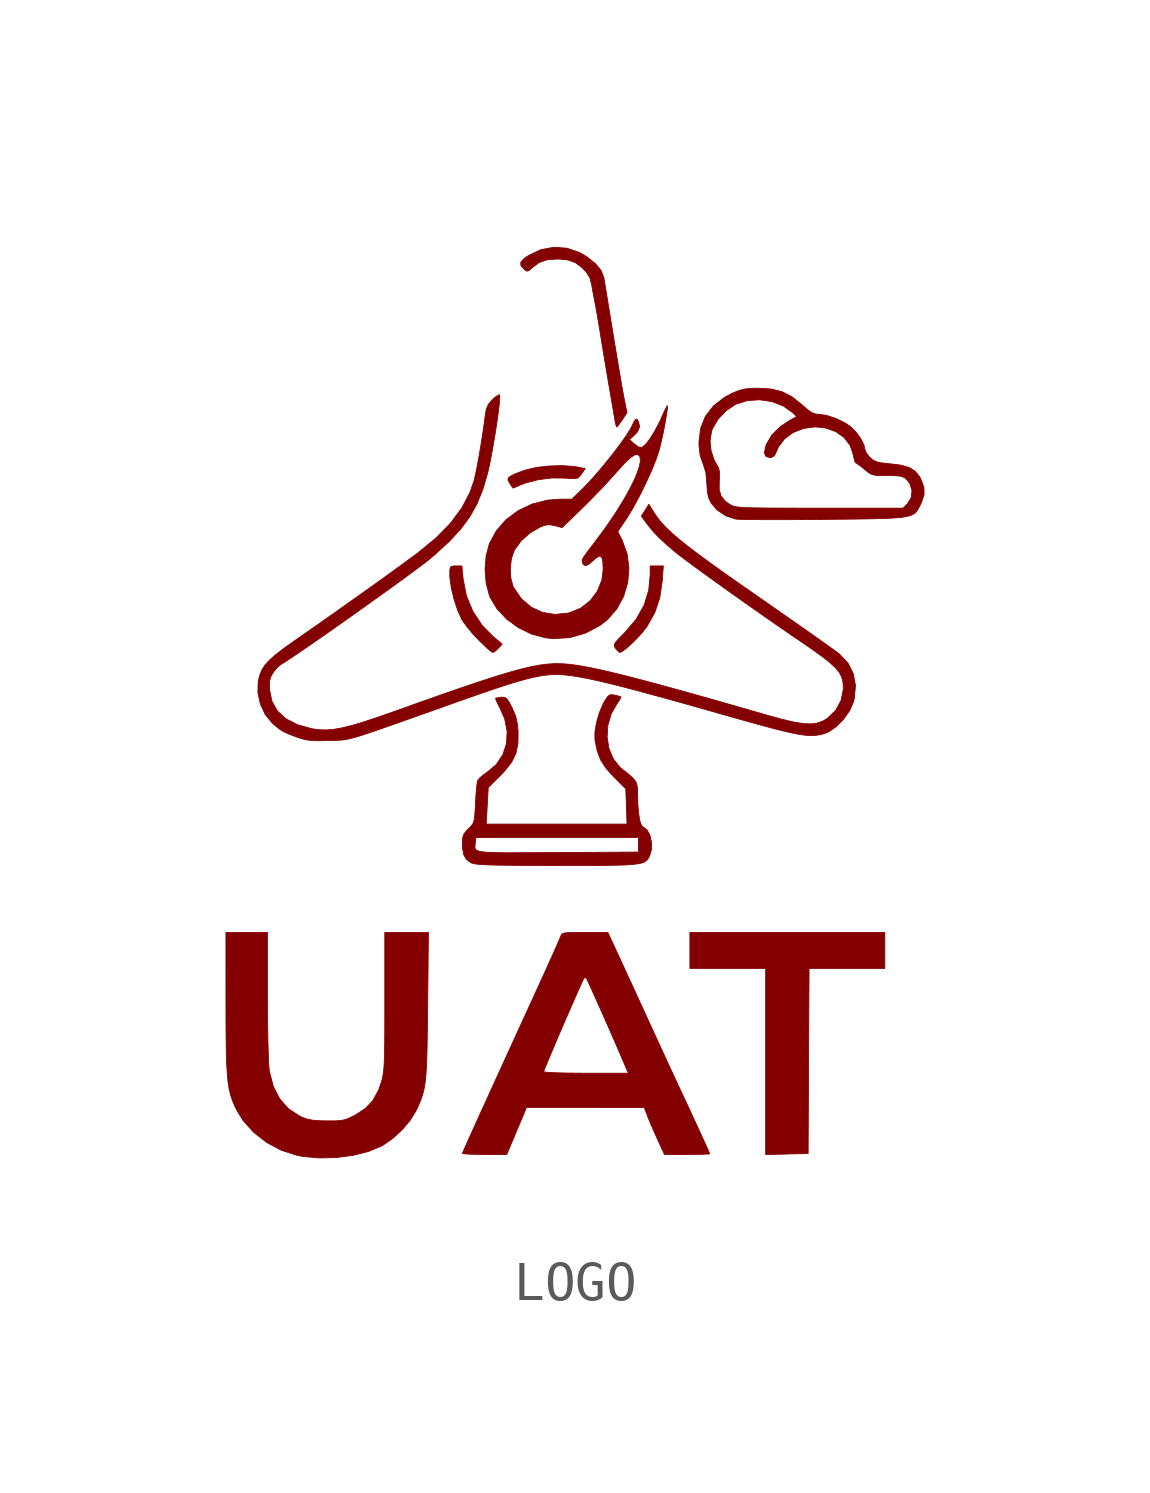
<source format=kicad_sym>
(kicad_symbol_lib
  (version 20220914)
  (generator "bitmap2component")
  (generator_version "9.0")
  (symbol "LOGO"
    (pin_names
      (offset 1.016))
    (property "Reference" "#G"
      (at 0 14.559 0)
      (effects (font (size 1.27 1.27)) hide))
    (symbol "LOGO_0_0"
      (polyline (pts (xy -5.82 -11.765) (xy -5.389 -11.709) (xy -4.99 -11.608) (xy -4.649 -11.466) (xy -4.613 -11.445) (xy -4.365 -11.272) (xy -4.125 -11.05) (xy -3.919 -10.806) (xy -3.773 -10.568) (xy -3.752 -10.524) (xy -3.69 -10.388) (xy -3.639 -10.262) (xy -3.598 -10.135) (xy -3.565 -9.998) (xy -3.539 -9.841) (xy -3.519 -9.652) (xy -3.505 -9.422) (xy -3.494 -9.14) (xy -3.487 -8.797) (xy -3.481 -8.383) (xy -3.475 -7.886) (xy -3.456 -6.004) (xy -4.014 -6.004) (xy -4.572 -6.004) (xy -4.572 -7.777) (xy -4.572 -8.156) (xy -4.573 -8.545) (xy -4.575 -8.859) (xy -4.579 -9.11) (xy -4.585 -9.308) (xy -4.594 -9.462) (xy -4.606 -9.583) (xy -4.621 -9.681) (xy -4.64 -9.765) (xy -4.664 -9.847) (xy -4.736 -10.049) (xy -4.876 -10.303) (xy -5.063 -10.503) (xy -5.315 -10.669) (xy -5.454 -10.741) (xy -5.571 -10.789) (xy -5.69 -10.815) (xy -5.839 -10.825) (xy -6.05 -10.826) (xy -6.206 -10.823) (xy -6.408 -10.809) (xy -6.564 -10.778) (xy -6.701 -10.727) (xy -6.733 -10.713) (xy -7.028 -10.522) (xy -7.258 -10.265) (xy -7.424 -9.943) (xy -7.525 -9.556) (xy -7.533 -9.482) (xy -7.544 -9.308) (xy -7.554 -9.063) (xy -7.562 -8.76) (xy -7.568 -8.412) (xy -7.572 -8.031) (xy -7.574 -7.631) (xy -7.574 -6.004) (xy -8.105 -6.004) (xy -8.636 -6.004) (xy -8.635 -7.816) (xy -8.635 -8.224) (xy -8.632 -8.675) (xy -8.627 -9.051) (xy -8.617 -9.362) (xy -8.602 -9.619) (xy -8.582 -9.831) (xy -8.554 -10.008) (xy -8.518 -10.16) (xy -8.473 -10.297) (xy -8.418 -10.429) (xy -8.351 -10.566) (xy -8.196 -10.818) (xy -7.923 -11.122) (xy -7.591 -11.38) (xy -7.215 -11.579) (xy -6.812 -11.709) (xy -6.68 -11.734) (xy -6.259 -11.774) (xy -5.82 -11.765)) (stroke (width 0.01) (type default)) (fill (type outline)))
      (polyline (pts (xy -1.199 -11.084) (xy -0.947 -10.484) (xy 0.559 -10.484) (xy 2.066 -10.483) (xy 2.149 -10.703) (xy 2.162 -10.736) (xy 2.229 -10.899) (xy 2.316 -11.1) (xy 2.407 -11.303) (xy 2.582 -11.684) (xy 3.161 -11.684) (xy 3.188 -11.684) (xy 3.404 -11.683) (xy 3.579 -11.679) (xy 3.697 -11.675) (xy 3.741 -11.669) (xy 3.729 -11.64) (xy 3.685 -11.539) (xy 3.612 -11.378) (xy 3.516 -11.168) (xy 3.404 -10.924) (xy 3.281 -10.658) (xy 3.154 -10.383) (xy 3.028 -10.113) (xy 2.909 -9.86) (xy 2.855 -9.743) (xy 2.757 -9.532) (xy 2.634 -9.266) (xy 2.495 -8.963) (xy 2.346 -8.64) (xy 2.196 -8.313) (xy 2.093 -8.086) (xy 1.933 -7.739) (xy 1.776 -7.395) (xy 1.629 -7.077) (xy 1.503 -6.803) (xy 1.406 -6.592) (xy 1.133 -6.004) (xy 0.547 -6.004) (xy 0.328 -6.004) (xy 0.154 -6.008) (xy 0.043 -6.017) (xy -0.021 -6.034) (xy -0.054 -6.062) (xy -0.072 -6.104) (xy -0.072 -6.105) (xy -0.101 -6.176) (xy -0.163 -6.318) (xy -0.252 -6.52) (xy -0.364 -6.769) (xy -0.493 -7.054) (xy -0.634 -7.362) (xy -0.86 -7.857) (xy -1.181 -8.558) (xy -1.465 -9.179) (xy -1.642 -9.568) (xy -0.508 -9.568) (xy -0.5 -9.541) (xy -0.46 -9.439) (xy -0.392 -9.276) (xy -0.303 -9.064) (xy -0.198 -8.816) (xy -0.083 -8.547) (xy 0.037 -8.269) (xy 0.156 -7.996) (xy 0.268 -7.741) (xy 0.366 -7.517) (xy 0.446 -7.339) (xy 0.502 -7.218) (xy 0.527 -7.169) (xy 0.53 -7.167) (xy 0.58 -7.168) (xy 0.593 -7.191) (xy 0.639 -7.288) (xy 0.712 -7.448) (xy 0.807 -7.66) (xy 0.919 -7.91) (xy 1.042 -8.185) (xy 1.169 -8.474) (xy 1.296 -8.764) (xy 1.416 -9.041) (xy 1.525 -9.294) (xy 1.658 -9.606) (xy 0.575 -9.606) (xy 0.381 -9.605) (xy 0.095 -9.602) (xy -0.15 -9.596) (xy -0.34 -9.588) (xy -0.464 -9.578) (xy -0.508 -9.568) (xy -1.642 -9.568) (xy -1.714 -9.724) (xy -1.928 -10.195) (xy -2.111 -10.595) (xy -2.261 -10.927) (xy -2.381 -11.193) (xy -2.473 -11.397) (xy -2.537 -11.54) (xy -2.574 -11.627) (xy -2.586 -11.659) (xy -2.586 -11.66) (xy -2.537 -11.669) (xy -2.414 -11.677) (xy -2.235 -11.682) (xy -2.018 -11.684) (xy -1.451 -11.684) (xy -1.199 -11.084)) (stroke (width 0.01) (type default)) (fill (type outline)))
      (polyline (pts (xy 5.715 -11.674) (xy 6.258 -11.661) (xy 6.269 -9.294) (xy 6.282 -6.927) (xy 7.251 -6.927) (xy 8.22 -6.927) (xy 8.22 -6.465) (xy 8.22 -6.004) (xy 5.726 -6.004) (xy 3.233 -6.004) (xy 3.233 -6.465) (xy 3.233 -6.927) (xy 4.202 -6.927) (xy 5.172 -6.927) (xy 5.172 -9.307) (xy 5.172 -11.687) (xy 5.715 -11.674)) (stroke (width 0.01) (type default)) (fill (type outline)))
      (polyline (pts (xy 0.734 -4.293) (xy 1.094 -4.29) (xy 1.384 -4.285) (xy 1.614 -4.277) (xy 1.791 -4.264) (xy 1.923 -4.247) (xy 2.019 -4.224) (xy 2.086 -4.194) (xy 2.133 -4.157) (xy 2.167 -4.112) (xy 2.197 -4.057) (xy 2.199 -4.054) (xy 2.25 -3.884) (xy 2.252 -3.697) (xy 2.212 -3.52) (xy 2.136 -3.379) (xy 2.029 -3.301) (xy 1.996 -3.271) (xy 1.954 -3.155) (xy 1.922 -2.966) (xy 1.901 -2.714) (xy 1.894 -2.411) (xy 1.894 -2.389) (xy 1.886 -2.263) (xy 1.857 -2.164) (xy 1.792 -2.072) (xy 1.679 -1.968) (xy 1.504 -1.83) (xy 1.442 -1.778) (xy 1.272 -1.562) (xy 1.162 -1.299) (xy 1.116 -1.008) (xy 1.135 -0.707) (xy 1.22 -0.414) (xy 1.372 -0.147) (xy 1.4 -0.109) (xy 1.456 -0.021) (xy 1.471 0.021) (xy 1.47 0.021) (xy 1.414 0.041) (xy 1.308 0.067) (xy 1.251 0.077) (xy 1.179 0.07) (xy 1.119 0.016) (xy 1.044 -0.102) (xy 1.015 -0.155) (xy 0.916 -0.387) (xy 0.843 -0.64) (xy 0.803 -0.883) (xy 0.805 -1.081) (xy 0.861 -1.357) (xy 0.95 -1.593) (xy 1.087 -1.805) (xy 1.288 -2.027) (xy 1.593 -2.332) (xy 1.609 -2.782) (xy 1.625 -3.233) (xy -0.176 -3.233) (xy -1.977 -3.233) (xy -1.951 -2.764) (xy -1.925 -2.296) (xy -1.616 -1.991) (xy -1.506 -1.877) (xy -1.327 -1.649) (xy -1.217 -1.421) (xy -1.165 -1.167) (xy -1.162 -0.862) (xy -1.177 -0.686) (xy -1.225 -0.47) (xy -1.317 -0.254) (xy -1.392 -0.11) (xy -1.453 -0.025) (xy -1.512 0.01) (xy -1.587 0.014) (xy -1.684 0.002) (xy -1.737 -0.013) (xy -1.727 -0.056) (xy -1.682 -0.157) (xy -1.612 -0.294) (xy -1.504 -0.544) (xy -1.442 -0.863) (xy -1.459 -1.173) (xy -1.553 -1.459) (xy -1.721 -1.71) (xy -1.96 -1.912) (xy -2.034 -1.962) (xy -2.141 -2.05) (xy -2.196 -2.118) (xy -2.208 -2.17) (xy -2.224 -2.302) (xy -2.24 -2.486) (xy -2.252 -2.699) (xy -2.26 -2.86) (xy -2.272 -3.031) (xy -2.289 -3.145) (xy -2.317 -3.222) (xy -2.363 -3.284) (xy -2.431 -3.351) (xy -2.467 -3.386) (xy -2.545 -3.481) (xy -2.579 -3.584) (xy -2.586 -3.738) (xy -2.584 -3.823) (xy -2.267 -3.823) (xy -2.263 -3.772) (xy -2.255 -3.71) (xy -2.24 -3.579) (xy -0.162 -3.579) (xy 1.917 -3.579) (xy 1.917 -3.764) (xy 1.917 -3.949) (xy -0.151 -3.961) (xy -0.372 -3.962) (xy -0.836 -3.965) (xy -1.217 -3.966) (xy -1.526 -3.966) (xy -1.768 -3.962) (xy -1.952 -3.954) (xy -2.085 -3.941) (xy -2.175 -3.923) (xy -2.231 -3.897) (xy -2.259 -3.864) (xy -2.267 -3.823) (xy -2.584 -3.823) (xy -2.584 -3.836) (xy -2.555 -4.012) (xy -2.486 -4.134) (xy -2.366 -4.223) (xy -2.348 -4.231) (xy -2.295 -4.246) (xy -2.213 -4.259) (xy -2.095 -4.269) (xy -1.932 -4.277) (xy -1.718 -4.283) (xy -1.443 -4.287) (xy -1.099 -4.29) (xy -0.679 -4.292) (xy -0.175 -4.293) (xy 0.298 -4.293) (xy 0.734 -4.293)) (stroke (width 0.01) (type default)) (fill (type outline)))
      (polyline (pts (xy -6.004 -1.096) (xy -5.902 -1.093) (xy -5.809 -1.091) (xy -5.725 -1.088) (xy -5.644 -1.081) (xy -5.558 -1.068) (xy -5.459 -1.047) (xy -5.339 -1.016) (xy -5.193 -0.972) (xy -5.011 -0.913) (xy -4.786 -0.837) (xy -4.512 -0.741) (xy -4.18 -0.624) (xy -3.784 -0.483) (xy -3.315 -0.317) (xy -2.766 -0.121) (xy -2.613 -0.067) (xy -2.155 0.094) (xy -1.77 0.226) (xy -1.447 0.332) (xy -1.177 0.415) (xy -0.95 0.478) (xy -0.756 0.525) (xy -0.583 0.558) (xy -0.422 0.58) (xy -0.308 0.59) (xy -0.161 0.593) (xy 0.003 0.585) (xy 0.191 0.564) (xy 0.409 0.53) (xy 0.664 0.481) (xy 0.962 0.415) (xy 1.309 0.331) (xy 1.712 0.227) (xy 2.178 0.102) (xy 2.713 -0.044) (xy 3.324 -0.215) (xy 4.016 -0.412) (xy 4.076 -0.429) (xy 4.574 -0.57) (xy 4.992 -0.686) (xy 5.341 -0.78) (xy 5.628 -0.853) (xy 5.864 -0.907) (xy 6.055 -0.943) (xy 6.212 -0.963) (xy 6.343 -0.969) (xy 6.457 -0.963) (xy 6.563 -0.946) (xy 6.669 -0.919) (xy 6.784 -0.873) (xy 6.981 -0.738) (xy 7.165 -0.551) (xy 7.317 -0.335) (xy 7.415 -0.114) (xy 7.44 -0.013) (xy 7.469 0.314) (xy 7.413 0.618) (xy 7.274 0.89) (xy 7.055 1.12) (xy 7.051 1.123) (xy 6.967 1.186) (xy 6.816 1.294) (xy 6.607 1.443) (xy 6.347 1.627) (xy 6.045 1.839) (xy 5.709 2.074) (xy 5.348 2.326) (xy 4.969 2.59) (xy 4.633 2.824) (xy 4.176 3.144) (xy 3.787 3.422) (xy 3.458 3.663) (xy 3.184 3.871) (xy 2.957 4.052) (xy 2.772 4.211) (xy 2.622 4.353) (xy 2.502 4.482) (xy 2.404 4.605) (xy 2.322 4.726) (xy 2.184 4.949) (xy 2.088 4.796) (xy 1.991 4.643) (xy 2.111 4.481) (xy 2.171 4.402) (xy 2.297 4.248) (xy 2.438 4.101) (xy 2.612 3.939) (xy 2.84 3.743) (xy 2.924 3.675) (xy 3.099 3.542) (xy 3.333 3.368) (xy 3.615 3.162) (xy 3.936 2.931) (xy 4.285 2.682) (xy 4.652 2.421) (xy 5.027 2.158) (xy 5.399 1.898) (xy 5.759 1.65) (xy 6.096 1.42) (xy 6.352 1.244) (xy 6.617 1.054) (xy 6.817 0.896) (xy 6.963 0.761) (xy 7.061 0.638) (xy 7.12 0.519) (xy 7.15 0.394) (xy 7.158 0.255) (xy 7.157 0.208) (xy 7.099 -0.075) (xy 6.96 -0.327) (xy 6.75 -0.529) (xy 6.649 -0.591) (xy 6.508 -0.646) (xy 6.345 -0.67) (xy 6.147 -0.663) (xy 5.902 -0.625) (xy 5.597 -0.554) (xy 5.218 -0.45) (xy 4.878 -0.352) (xy 4.146 -0.141) (xy 3.493 0.044) (xy 2.914 0.206) (xy 2.403 0.346) (xy 1.955 0.465) (xy 1.564 0.566) (xy 1.223 0.65) (xy 0.927 0.718) (xy 0.67 0.772) (xy 0.446 0.813) (xy 0.25 0.842) (xy 0.138 0.856) (xy -0.033 0.869) (xy -0.206 0.872) (xy -0.389 0.862) (xy -0.588 0.838) (xy -0.81 0.797) (xy -1.063 0.738) (xy -1.353 0.66) (xy -1.688 0.559) (xy -2.074 0.435) (xy -2.518 0.286) (xy -3.028 0.11) (xy -3.61 -0.095) (xy -4.272 -0.332) (xy -4.31 -0.345) (xy -4.749 -0.499) (xy -5.114 -0.62) (xy -5.419 -0.711) (xy -5.673 -0.773) (xy -5.89 -0.811) (xy -6.08 -0.825) (xy -6.255 -0.819) (xy -6.427 -0.795) (xy -6.438 -0.793) (xy -6.807 -0.691) (xy -7.101 -0.539) (xy -7.319 -0.34) (xy -7.458 -0.093) (xy -7.518 0.197) (xy -7.522 0.277) (xy -7.518 0.427) (xy -7.489 0.537) (xy -7.426 0.646) (xy -7.404 0.677) (xy -7.309 0.786) (xy -7.225 0.854) (xy -7.216 0.858) (xy -7.118 0.918) (xy -6.957 1.025) (xy -6.741 1.171) (xy -6.48 1.35) (xy -6.185 1.555) (xy -5.864 1.78) (xy -5.527 2.017) (xy -5.185 2.26) (xy -4.846 2.503) (xy -4.519 2.737) (xy -4.215 2.956) (xy -3.944 3.155) (xy -3.714 3.325) (xy -3.536 3.459) (xy -3.418 3.553) (xy -3.287 3.664) (xy -2.924 3.997) (xy -2.631 4.313) (xy -2.397 4.63) (xy -2.212 4.962) (xy -2.064 5.326) (xy -1.943 5.738) (xy -1.92 5.833) (xy -1.873 6.056) (xy -1.824 6.312) (xy -1.776 6.587) (xy -1.731 6.864) (xy -1.691 7.129) (xy -1.66 7.365) (xy -1.638 7.557) (xy -1.63 7.69) (xy -1.636 7.748) (xy -1.653 7.749) (xy -1.723 7.708) (xy -1.819 7.625) (xy -1.825 7.619) (xy -1.921 7.507) (xy -1.974 7.386) (xy -2.004 7.213) (xy -2.023 7.063) (xy -2.062 6.789) (xy -2.108 6.493) (xy -2.158 6.197) (xy -2.208 5.925) (xy -2.254 5.699) (xy -2.292 5.542) (xy -2.389 5.262) (xy -2.597 4.861) (xy -2.885 4.472) (xy -3.257 4.09) (xy -3.718 3.711) (xy -3.873 3.595) (xy -4.143 3.398) (xy -4.464 3.165) (xy -4.823 2.907) (xy -5.207 2.633) (xy -5.602 2.353) (xy -5.993 2.077) (xy -6.367 1.814) (xy -6.71 1.576) (xy -6.895 1.447) (xy -7.165 1.254) (xy -7.372 1.093) (xy -7.526 0.957) (xy -7.636 0.835) (xy -7.713 0.716) (xy -7.765 0.591) (xy -7.803 0.45) (xy -7.811 0.409) (xy -7.818 0.125) (xy -7.754 -0.165) (xy -7.628 -0.433) (xy -7.451 -0.649) (xy -7.409 -0.686) (xy -7.284 -0.79) (xy -7.171 -0.864) (xy -7.037 -0.927) (xy -6.849 -0.998) (xy -6.702 -1.048) (xy -6.569 -1.08) (xy -6.427 -1.097) (xy -6.247 -1.101) (xy -6.004 -1.096)) (stroke (width 0.01) (type default)) (fill (type outline)))
      (polyline (pts (xy -1.751 1.187) (xy -1.67 1.262) (xy -1.569 1.37) (xy -1.804 1.568) (xy -2.072 1.838) (xy -2.316 2.202) (xy -2.484 2.609) (xy -2.569 3.048) (xy -2.599 3.371) (xy -2.755 3.371) (xy -2.833 3.369) (xy -2.887 3.347) (xy -2.907 3.282) (xy -2.909 3.148) (xy -2.907 3.068) (xy -2.87 2.807) (xy -2.801 2.518) (xy -2.709 2.24) (xy -2.605 2.009) (xy -2.578 1.964) (xy -2.466 1.81) (xy -2.32 1.634) (xy -2.162 1.466) (xy -2.081 1.387) (xy -1.953 1.267) (xy -1.857 1.185) (xy -1.81 1.155) (xy -1.808 1.155) (xy -1.751 1.187)) (stroke (width 0.01) (type default)) (fill (type outline)))
      (polyline (pts (xy 1.496 1.18) (xy 1.603 1.258) (xy 1.736 1.376) (xy 1.878 1.516) (xy 2.011 1.662) (xy 2.117 1.797) (xy 2.14 1.83) (xy 2.338 2.183) (xy 2.464 2.561) (xy 2.526 2.99) (xy 2.554 3.371) (xy 2.385 3.371) (xy 2.217 3.371) (xy 2.216 3.129) (xy 2.18 2.753) (xy 2.062 2.367) (xy 1.858 2.006) (xy 1.565 1.664) (xy 1.545 1.644) (xy 1.41 1.508) (xy 1.331 1.418) (xy 1.298 1.357) (xy 1.302 1.31) (xy 1.334 1.259) (xy 1.392 1.191) (xy 1.437 1.156) (xy 1.496 1.18)) (stroke (width 0.01) (type default)) (fill (type outline)))
      (polyline (pts (xy 0.155 1.536) (xy 0.557 1.65) (xy 0.939 1.852) (xy 1.124 1.996) (xy 1.364 2.272) (xy 1.538 2.593) (xy 1.643 2.944) (xy 1.674 3.311) (xy 1.628 3.677) (xy 1.5 4.028) (xy 1.388 4.251) (xy 1.598 4.561) (xy 1.621 4.595) (xy 1.779 4.854) (xy 1.944 5.16) (xy 2.106 5.486) (xy 2.253 5.809) (xy 2.371 6.104) (xy 2.451 6.346) (xy 2.491 6.506) (xy 2.536 6.707) (xy 2.579 6.92) (xy 2.616 7.122) (xy 2.644 7.295) (xy 2.659 7.418) (xy 2.658 7.471) (xy 2.657 7.471) (xy 2.633 7.436) (xy 2.584 7.336) (xy 2.52 7.194) (xy 2.462 7.065) (xy 2.344 6.839) (xy 2.225 6.643) (xy 2.116 6.497) (xy 2.029 6.418) (xy 1.998 6.405) (xy 1.919 6.413) (xy 1.815 6.489) (xy 1.686 6.604) (xy 1.783 6.687) (xy 1.895 6.804) (xy 1.948 6.934) (xy 1.918 7.064) (xy 1.909 7.079) (xy 1.877 7.128) (xy 1.847 7.125) (xy 1.805 7.061) (xy 1.737 6.924) (xy 1.712 6.876) (xy 1.606 6.706) (xy 1.455 6.492) (xy 1.272 6.25) (xy 1.07 5.998) (xy 0.864 5.752) (xy 0.666 5.529) (xy 0.489 5.346) (xy 0.216 5.08) (xy -0.088 5.08) (xy -0.415 5.054) (xy -0.807 4.953) (xy -1.163 4.783) (xy -1.472 4.552) (xy -1.721 4.267) (xy -1.898 3.937) (xy -1.98 3.628) (xy -2.005 3.312) (xy -1.361 3.312) (xy -1.332 3.559) (xy -1.26 3.767) (xy -1.253 3.78) (xy -1.087 4.008) (xy -0.862 4.211) (xy -0.608 4.361) (xy -0.48 4.411) (xy -0.36 4.426) (xy -0.223 4.401) (xy -0.037 4.351) (xy 0.445 4.816) (xy 0.656 5.024) (xy 0.896 5.271) (xy 1.128 5.517) (xy 1.321 5.732) (xy 1.382 5.801) (xy 1.569 6.005) (xy 1.712 6.139) (xy 1.818 6.21) (xy 1.894 6.223) (xy 1.947 6.182) (xy 1.954 6.169) (xy 1.967 6.048) (xy 1.927 5.867) (xy 1.838 5.633) (xy 1.704 5.356) (xy 1.529 5.045) (xy 1.32 4.709) (xy 1.079 4.356) (xy 0.812 3.995) (xy 0.781 3.954) (xy 0.644 3.775) (xy 0.553 3.653) (xy 0.5 3.573) (xy 0.478 3.521) (xy 0.477 3.483) (xy 0.49 3.445) (xy 0.506 3.411) (xy 0.561 3.376) (xy 0.647 3.412) (xy 0.773 3.521) (xy 0.842 3.582) (xy 0.925 3.624) (xy 0.979 3.591) (xy 1.006 3.478) (xy 1.015 3.279) (xy 0.98 3.006) (xy 0.865 2.722) (xy 0.681 2.479) (xy 0.44 2.291) (xy 0.153 2.173) (xy 0.119 2.165) (xy -0.222 2.131) (xy -0.542 2.184) (xy -0.831 2.319) (xy -1.078 2.531) (xy -1.275 2.817) (xy -1.291 2.851) (xy -1.348 3.063) (xy -1.361 3.312) (xy -2.005 3.312) (xy -2.007 3.279) (xy -1.979 2.927) (xy -1.895 2.611) (xy -1.875 2.563) (xy -1.701 2.272) (xy -1.455 2.011) (xy -1.155 1.792) (xy -0.819 1.628) (xy -0.462 1.532) (xy -0.258 1.511) (xy 0.155 1.536)) (stroke (width 0.01) (type default)) (fill (type outline)))
      (polyline (pts (xy 5.823 4.555) (xy 6.237 4.558) (xy 6.673 4.561) (xy 6.958 4.564) (xy 7.429 4.569) (xy 7.82 4.575) (xy 8.14 4.583) (xy 8.395 4.593) (xy 8.596 4.608) (xy 8.749 4.629) (xy 8.863 4.656) (xy 8.946 4.692) (xy 9.007 4.737) (xy 9.052 4.793) (xy 9.091 4.86) (xy 9.132 4.941) (xy 9.155 4.987) (xy 9.224 5.196) (xy 9.22 5.386) (xy 9.142 5.592) (xy 9.104 5.66) (xy 8.993 5.795) (xy 8.845 5.888) (xy 8.642 5.948) (xy 8.366 5.983) (xy 8.294 5.989) (xy 8.117 6.01) (xy 7.999 6.038) (xy 7.916 6.08) (xy 7.841 6.145) (xy 7.819 6.168) (xy 7.743 6.269) (xy 7.712 6.348) (xy 7.685 6.468) (xy 7.604 6.628) (xy 7.488 6.789) (xy 7.356 6.924) (xy 7.2 7.031) (xy 6.971 7.143) (xy 6.734 7.221) (xy 6.528 7.251) (xy 6.452 7.257) (xy 6.355 7.291) (xy 6.243 7.368) (xy 6.093 7.5) (xy 6.089 7.504) (xy 5.841 7.701) (xy 5.589 7.829) (xy 5.305 7.898) (xy 4.965 7.918) (xy 4.839 7.916) (xy 4.651 7.9) (xy 4.491 7.86) (xy 4.318 7.789) (xy 4.116 7.682) (xy 3.833 7.461) (xy 3.629 7.195) (xy 3.506 6.886) (xy 3.47 6.576) (xy 3.75 6.576) (xy 3.787 6.817) (xy 3.813 6.886) (xy 3.955 7.126) (xy 4.157 7.34) (xy 4.396 7.5) (xy 4.415 7.51) (xy 4.705 7.601) (xy 5.018 7.621) (xy 5.33 7.575) (xy 5.618 7.466) (xy 5.857 7.297) (xy 5.965 7.193) (xy 5.765 7.08) (xy 5.552 6.939) (xy 5.33 6.722) (xy 5.19 6.482) (xy 5.164 6.406) (xy 5.14 6.257) (xy 5.179 6.17) (xy 5.283 6.142) (xy 5.317 6.144) (xy 5.393 6.186) (xy 5.447 6.296) (xy 5.497 6.413) (xy 5.655 6.623) (xy 5.877 6.785) (xy 6.144 6.89) (xy 6.442 6.927) (xy 6.695 6.902) (xy 6.963 6.808) (xy 7.18 6.654) (xy 7.335 6.45) (xy 7.416 6.203) (xy 7.425 6.148) (xy 7.452 6.045) (xy 7.478 6.004) (xy 7.506 5.991) (xy 7.589 5.932) (xy 7.7 5.842) (xy 7.79 5.768) (xy 7.871 5.718) (xy 7.963 5.692) (xy 8.093 5.682) (xy 8.288 5.68) (xy 8.43 5.68) (xy 8.577 5.673) (xy 8.672 5.654) (xy 8.738 5.618) (xy 8.8 5.558) (xy 8.861 5.473) (xy 8.915 5.297) (xy 8.894 5.117) (xy 8.8 4.963) (xy 8.686 4.849) (xy 6.548 4.849) (xy 6.442 4.849) (xy 5.958 4.85) (xy 5.556 4.85) (xy 5.229 4.852) (xy 4.967 4.855) (xy 4.762 4.86) (xy 4.606 4.866) (xy 4.49 4.875) (xy 4.406 4.887) (xy 4.346 4.901) (xy 4.301 4.918) (xy 4.263 4.939) (xy 4.146 5.021) (xy 4.033 5.155) (xy 3.983 5.323) (xy 3.985 5.55) (xy 3.992 5.651) (xy 3.99 5.788) (xy 3.961 5.892) (xy 3.897 6.003) (xy 3.855 6.077) (xy 3.775 6.316) (xy 3.75 6.576) (xy 3.47 6.576) (xy 3.465 6.535) (xy 3.467 6.43) (xy 3.496 6.198) (xy 3.563 6.004) (xy 3.57 5.99) (xy 3.641 5.76) (xy 3.667 5.472) (xy 3.68 5.264) (xy 3.714 5.11) (xy 3.779 4.978) (xy 3.931 4.8) (xy 4.154 4.651) (xy 4.408 4.569) (xy 4.46 4.565) (xy 4.604 4.56) (xy 4.823 4.557) (xy 5.106 4.555) (xy 5.443 4.554) (xy 5.823 4.555)) (stroke (width 0.01) (type default)) (fill (type outline)))
      (polyline (pts (xy -1.084 5.45) (xy -0.977 5.491) (xy -0.648 5.577) (xy -0.291 5.621) (xy 0.05 5.617) (xy 0.132 5.61) (xy 0.267 5.602) (xy 0.349 5.614) (xy 0.405 5.652) (xy 0.46 5.724) (xy 0.557 5.86) (xy 0.382 5.897) (xy 0.267 5.916) (xy -0.033 5.937) (xy -0.361 5.928) (xy -0.679 5.893) (xy -0.947 5.832) (xy -0.953 5.83) (xy -1.126 5.771) (xy -1.272 5.711) (xy -1.36 5.665) (xy -1.415 5.618) (xy -1.421 5.567) (xy -1.371 5.48) (xy -1.293 5.36) (xy -1.084 5.45)) (stroke (width 0.01) (type default)) (fill (type outline)))
      (polyline (pts (xy 1.377 6.937) (xy 1.429 7.002) (xy 1.504 7.109) (xy 1.624 7.29) (xy 1.552 7.651) (xy 1.525 7.792) (xy 1.486 8.009) (xy 1.439 8.285) (xy 1.385 8.604) (xy 1.327 8.95) (xy 1.268 9.306) (xy 1.262 9.346) (xy 1.206 9.685) (xy 1.155 9.999) (xy 1.11 10.273) (xy 1.074 10.496) (xy 1.048 10.653) (xy 1.035 10.733) (xy 1.032 10.747) (xy 0.961 10.929) (xy 0.817 11.104) (xy 0.59 11.284) (xy 0.413 11.388) (xy 0.089 11.499) (xy -0.246 11.524) (xy -0.579 11.462) (xy -0.895 11.313) (xy -1.018 11.227) (xy -1.093 11.139) (xy -1.09 11.057) (xy -1.015 10.967) (xy -0.994 10.949) (xy -0.936 10.911) (xy -0.881 10.928) (xy -0.796 11.004) (xy -0.788 11.011) (xy -0.617 11.135) (xy -0.418 11.202) (xy -0.162 11.222) (xy -0.14 11.222) (xy 0.11 11.199) (xy 0.305 11.128) (xy 0.477 11) (xy 0.588 10.883) (xy 0.678 10.733) (xy 0.722 10.558) (xy 0.727 10.523) (xy 0.754 10.37) (xy 0.786 10.206) (xy 0.793 10.171) (xy 0.821 10.022) (xy 0.858 9.813) (xy 0.9 9.567) (xy 0.943 9.306) (xy 0.996 8.982) (xy 1.057 8.613) (xy 1.119 8.244) (xy 1.174 7.92) (xy 1.193 7.811) (xy 1.236 7.563) (xy 1.274 7.344) (xy 1.302 7.176) (xy 1.319 7.077) (xy 1.321 7.065) (xy 1.343 6.967) (xy 1.364 6.927) (xy 1.377 6.937)) (stroke (width 0.01) (type default)) (fill (type outline))))))
</source>
